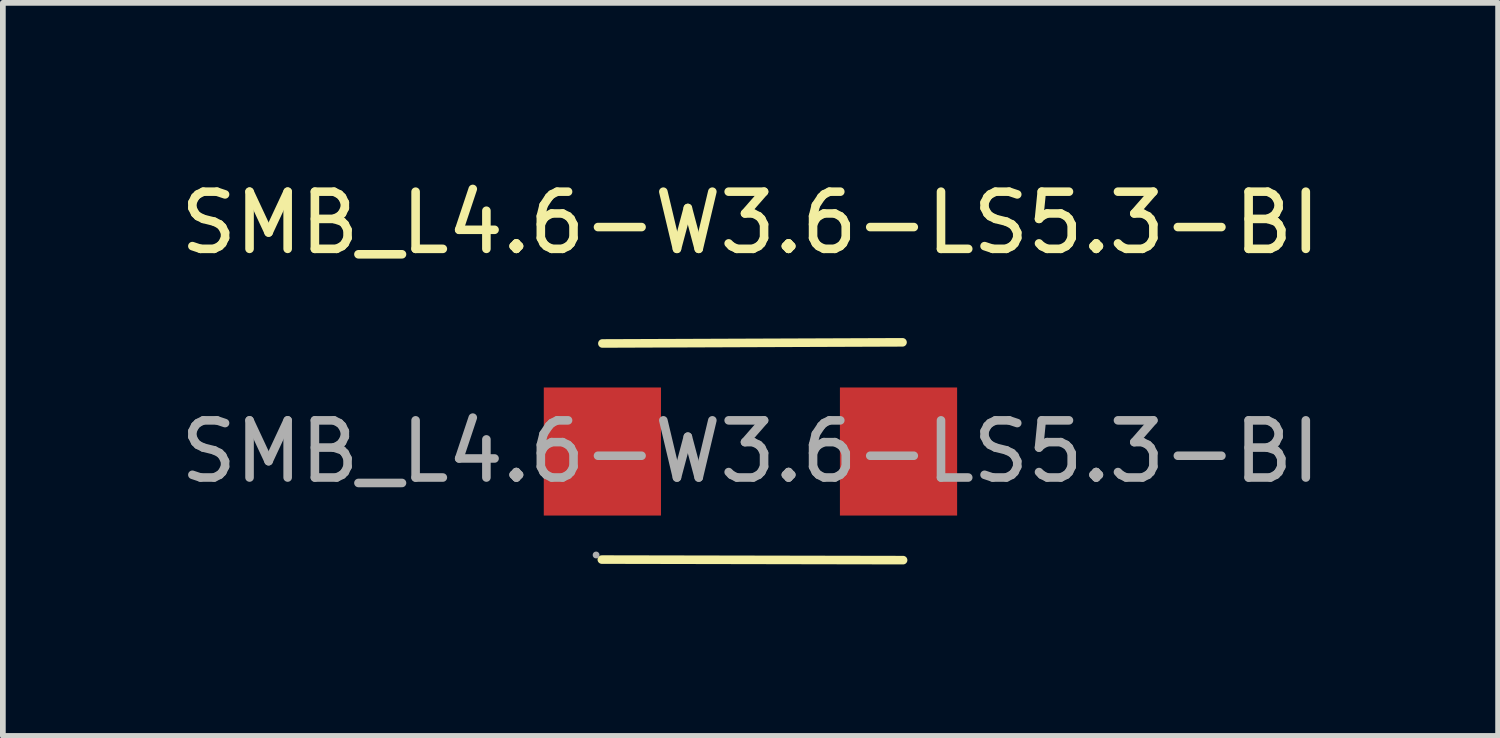
<source format=kicad_pcb>
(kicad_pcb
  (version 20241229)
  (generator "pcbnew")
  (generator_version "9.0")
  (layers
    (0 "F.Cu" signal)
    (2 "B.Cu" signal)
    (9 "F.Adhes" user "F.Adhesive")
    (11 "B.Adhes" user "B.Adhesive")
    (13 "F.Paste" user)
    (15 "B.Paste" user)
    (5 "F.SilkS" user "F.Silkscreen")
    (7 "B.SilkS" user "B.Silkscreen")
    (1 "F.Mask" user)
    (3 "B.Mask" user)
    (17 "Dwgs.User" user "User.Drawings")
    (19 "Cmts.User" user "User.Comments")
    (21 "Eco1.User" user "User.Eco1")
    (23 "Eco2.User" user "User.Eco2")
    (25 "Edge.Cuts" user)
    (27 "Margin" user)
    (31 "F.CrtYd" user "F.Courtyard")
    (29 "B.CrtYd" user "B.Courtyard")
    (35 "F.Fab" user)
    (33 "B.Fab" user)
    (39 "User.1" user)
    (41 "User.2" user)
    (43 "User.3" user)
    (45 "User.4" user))
  (footprint "SMB_L4.6-W3.6-LS5.3-BI"
    (layer "F.Cu")
    (at 10.077 4.848)
    (property "Reference" "SMB_L4.6-W3.6-LS5.3-BI" (at 0 -4 0) (layer "F.SilkS") (effects (font (size 1 1) (thickness 0.15))))
    (attr smd)
    (fp_line (start 2.66 -1.91) (end -2.59 -1.89) (stroke (width 0.15) (type solid)) (layer "F.SilkS"))
    (fp_line (start 2.67 1.9) (end -2.6 1.89) (stroke (width 0.15) (type solid)) (layer "F.SilkS"))
    (fp_circle (center -2.7 1.81) (end -2.67 1.81) (stroke (width 0.06) (type solid)) (fill no) (layer "F.Fab"))
    (fp_text user "${REFERENCE}" (at 0 0 0) (layer "F.Fab") (effects (font (size 1 1) (thickness 0.15))))
    (pad "1" smd rect (at -2.59 0) (size 2.05 2.24) (layers "F.Cu" "F.Mask" "F.Paste"))
    (pad "2" smd rect (at 2.59 0) (size 2.05 2.24) (layers "F.Cu" "F.Mask" "F.Paste")))
  (gr_rect
    (start -3 -3)
    (end 23.155 9.823)
    (stroke (width 0.1) (type default))
    (fill no)
    (layer "Edge.Cuts")))
</source>
